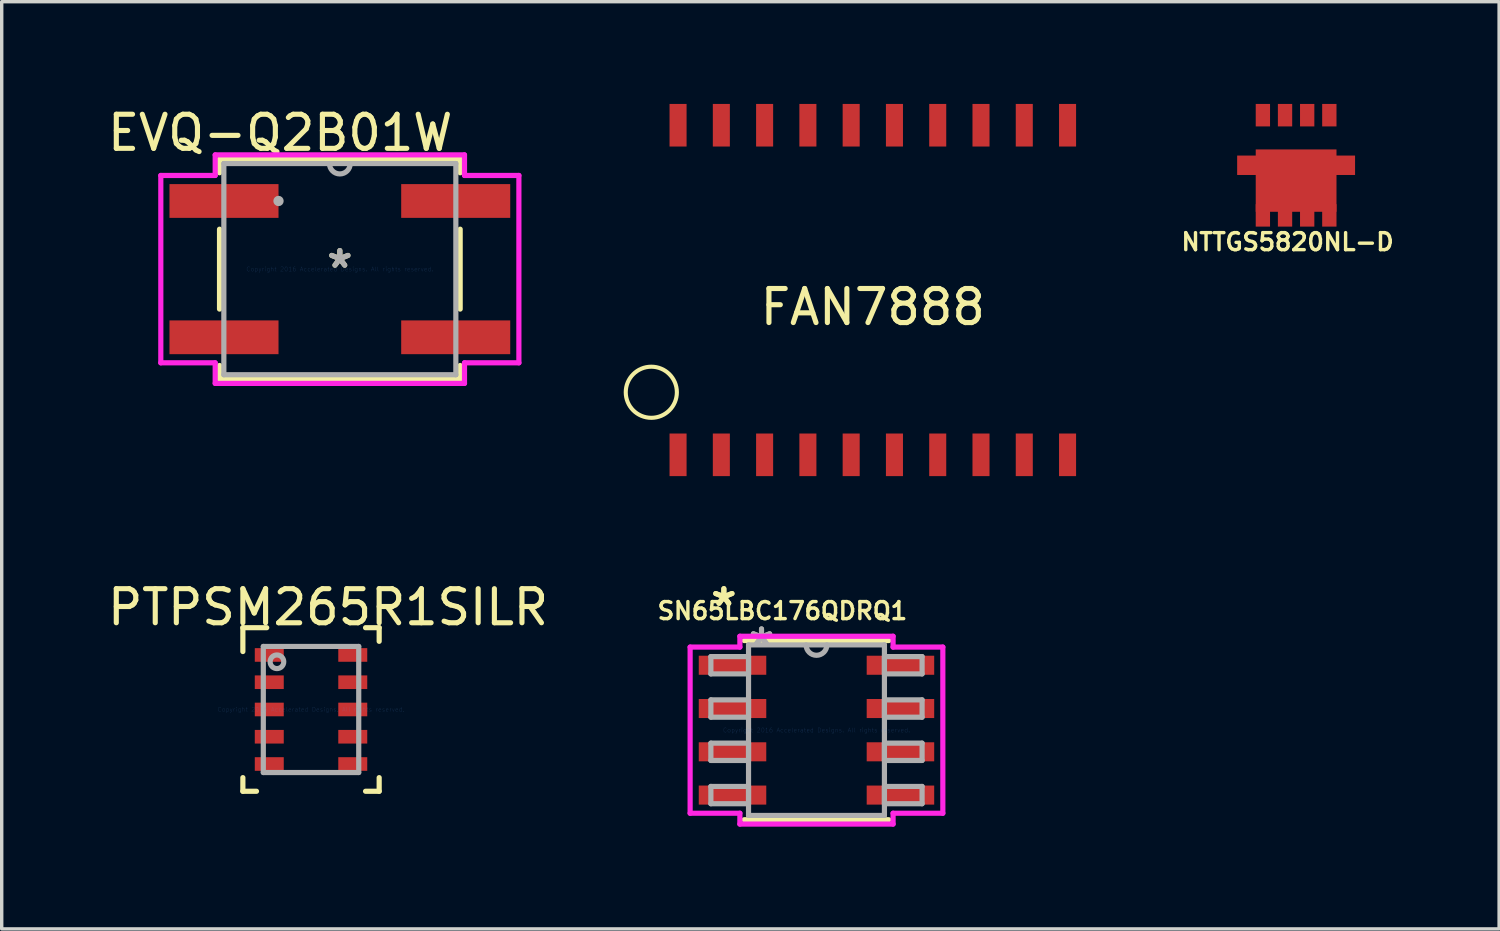
<source format=kicad_pcb>
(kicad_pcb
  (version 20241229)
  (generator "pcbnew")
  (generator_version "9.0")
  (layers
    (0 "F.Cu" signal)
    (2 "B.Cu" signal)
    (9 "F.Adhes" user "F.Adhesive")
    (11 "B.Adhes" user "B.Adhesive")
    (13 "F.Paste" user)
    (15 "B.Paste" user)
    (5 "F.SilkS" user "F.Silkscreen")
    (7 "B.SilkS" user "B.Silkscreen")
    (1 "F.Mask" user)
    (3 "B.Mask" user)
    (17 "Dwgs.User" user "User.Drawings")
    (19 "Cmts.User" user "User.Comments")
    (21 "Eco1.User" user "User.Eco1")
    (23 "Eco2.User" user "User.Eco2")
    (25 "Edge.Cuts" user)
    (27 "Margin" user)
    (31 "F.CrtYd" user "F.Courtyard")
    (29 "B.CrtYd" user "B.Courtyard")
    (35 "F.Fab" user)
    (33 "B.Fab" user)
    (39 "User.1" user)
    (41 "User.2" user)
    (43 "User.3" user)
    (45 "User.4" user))
  (footprint "EVQ-Q2B01W"
    (layer "F.Cu")
    (at 6.923 4.848)
    (property "Reference" "EVQ-Q2B01W" (at -1.75 -4 0) (layer "F.SilkS") (effects (font (size 1 1) (thickness 0.15))))
    (attr through_hole)
    (fp_line (start -3.531 -3.226) (end -3.531 -2.828) (stroke (width 0.152) (type solid)) (layer "F.SilkS"))
    (fp_line (start -3.531 -1.172) (end -3.531 1.172) (stroke (width 0.152) (type solid)) (layer "F.SilkS"))
    (fp_line (start -3.531 2.828) (end -3.531 3.226) (stroke (width 0.152) (type solid)) (layer "F.SilkS"))
    (fp_line (start -3.531 3.226) (end 3.531 3.226) (stroke (width 0.152) (type solid)) (layer "F.SilkS"))
    (fp_line (start 3.531 -3.226) (end -3.531 -3.226) (stroke (width 0.152) (type solid)) (layer "F.SilkS"))
    (fp_line (start 3.531 -2.828) (end 3.531 -3.226) (stroke (width 0.152) (type solid)) (layer "F.SilkS"))
    (fp_line (start 3.531 1.172) (end 3.531 -1.172) (stroke (width 0.152) (type solid)) (layer "F.SilkS"))
    (fp_line (start 3.531 3.226) (end 3.531 2.828) (stroke (width 0.152) (type solid)) (layer "F.SilkS"))
    (fp_line (start -5.254 -2.749) (end -3.658 -2.749) (stroke (width 0.152) (type solid)) (layer "F.CrtYd"))
    (fp_line (start -5.254 2.749) (end -5.254 -2.749) (stroke (width 0.152) (type solid)) (layer "F.CrtYd"))
    (fp_line (start -3.658 -3.353) (end 3.658 -3.353) (stroke (width 0.152) (type solid)) (layer "F.CrtYd"))
    (fp_line (start -3.658 -2.749) (end -3.658 -3.353) (stroke (width 0.152) (type solid)) (layer "F.CrtYd"))
    (fp_line (start -3.658 2.749) (end -5.254 2.749) (stroke (width 0.152) (type solid)) (layer "F.CrtYd"))
    (fp_line (start -3.658 3.353) (end -3.658 2.749) (stroke (width 0.152) (type solid)) (layer "F.CrtYd"))
    (fp_line (start 3.658 -3.353) (end 3.658 -2.749) (stroke (width 0.152) (type solid)) (layer "F.CrtYd"))
    (fp_line (start 3.658 -2.749) (end 5.254 -2.749) (stroke (width 0.152) (type solid)) (layer "F.CrtYd"))
    (fp_line (start 3.658 2.749) (end 3.658 3.353) (stroke (width 0.152) (type solid)) (layer "F.CrtYd"))
    (fp_line (start 3.658 3.353) (end -3.658 3.353) (stroke (width 0.152) (type solid)) (layer "F.CrtYd"))
    (fp_line (start 5.254 -2.749) (end 5.254 2.749) (stroke (width 0.152) (type solid)) (layer "F.CrtYd"))
    (fp_line (start 5.254 2.749) (end 3.658 2.749) (stroke (width 0.152) (type solid)) (layer "F.CrtYd"))
    (fp_line (start -3.404 -3.099) (end -3.404 3.099) (stroke (width 0.152) (type solid)) (layer "F.Fab"))
    (fp_line (start -3.404 3.099) (end 3.404 3.099) (stroke (width 0.152) (type solid)) (layer "F.Fab"))
    (fp_line (start 3.404 -3.099) (end -3.404 -3.099) (stroke (width 0.152) (type solid)) (layer "F.Fab"))
    (fp_line (start 3.404 3.099) (end 3.404 -3.099) (stroke (width 0.152) (type solid)) (layer "F.Fab"))
    (fp_arc (start 0.3048 -3.0988) (mid 0 -2.794) (end -0.3048 -3.0988) (stroke (width 0.1524) (type solid)) (layer "F.Fab"))
    (fp_circle (center -1.8 -2) (end -1.8 -2) (stroke (width 0.152) (type solid)) (fill no) (layer "F.Fab"))
    (fp_text user "*" (at 0 0 0) (layer "F.SilkS") (effects (font (size 1 1) (thickness 0.15))))
    (fp_text user "Copyright 2016 Accelerated Designs. All rights reserved." (at 0 0 0) (layer "Cmts.User") (effects (font (size 0.127 0.127) (thickness 0.002))))
    (fp_text user "*" (at 0 0 0) (layer "F.Fab") (effects (font (size 1 1) (thickness 0.15))))
    (pad "1" smd rect (at -3.4 -2) (size 3.2 0.991) (layers "F.Cu" "F.Mask" "F.Paste"))
    (pad "2" smd rect (at -3.4 2) (size 3.2 0.991) (layers "F.Cu" "F.Mask" "F.Paste"))
    (pad "3" smd rect (at 3.4 2) (size 3.2 0.991) (layers "F.Cu" "F.Mask" "F.Paste"))
    (pad "4" smd rect (at 3.4 -2) (size 3.2 0.991) (layers "F.Cu" "F.Mask" "F.Paste")))
  (footprint "FAN7888"
    (layer "F.Cu")
    (at 22.563 5.461)
    (property "Reference" "FAN7888" (at 0 0.5 0) (layer "F.SilkS") (effects (font (size 1 1) (thickness 0.15))))
    (attr through_hole)
    (fp_circle (center -6.5 3) (end -5.75 3) (stroke (width 0.12) (type solid)) (fill no) (layer "F.SilkS"))
    (pad "1" smd rect (at -5.715 4.836) (size 0.5 1.25) (layers "F.Cu" "F.Mask" "F.Paste"))
    (pad "2" smd rect (at -4.445 4.836) (size 0.5 1.25) (layers "F.Cu" "F.Mask" "F.Paste"))
    (pad "3" smd rect (at -3.175 4.836) (size 0.5 1.25) (layers "F.Cu" "F.Mask" "F.Paste"))
    (pad "4" smd rect (at -1.905 4.836) (size 0.5 1.25) (layers "F.Cu" "F.Mask" "F.Paste"))
    (pad "5" smd rect (at -0.635 4.836) (size 0.5 1.25) (layers "F.Cu" "F.Mask" "F.Paste"))
    (pad "6" smd rect (at 0.635 4.836) (size 0.5 1.25) (layers "F.Cu" "F.Mask" "F.Paste"))
    (pad "7" smd rect (at 1.905 4.836) (size 0.5 1.25) (layers "F.Cu" "F.Mask" "F.Paste"))
    (pad "8" smd rect (at 3.175 4.836) (size 0.5 1.25) (layers "F.Cu" "F.Mask" "F.Paste"))
    (pad "9" smd rect (at 4.445 4.836) (size 0.5 1.25) (layers "F.Cu" "F.Mask" "F.Paste"))
    (pad "10" smd rect (at 5.715 4.836) (size 0.5 1.25) (layers "F.Cu" "F.Mask" "F.Paste"))
    (pad "11" smd rect (at 5.715 -4.836) (size 0.5 1.25) (layers "F.Cu" "F.Mask" "F.Paste"))
    (pad "12" smd rect (at 4.445 -4.836) (size 0.5 1.25) (layers "F.Cu" "F.Mask" "F.Paste"))
    (pad "13" smd rect (at 3.175 -4.836) (size 0.5 1.25) (layers "F.Cu" "F.Mask" "F.Paste"))
    (pad "14" smd rect (at 1.905 -4.836) (size 0.5 1.25) (layers "F.Cu" "F.Mask" "F.Paste"))
    (pad "15" smd rect (at 0.635 -4.836) (size 0.5 1.25) (layers "F.Cu" "F.Mask" "F.Paste"))
    (pad "16" smd rect (at -0.635 -4.836) (size 0.5 1.25) (layers "F.Cu" "F.Mask" "F.Paste"))
    (pad "17" smd rect (at -1.905 -4.836) (size 0.5 1.25) (layers "F.Cu" "F.Mask" "F.Paste"))
    (pad "18" smd rect (at -3.175 -4.836) (size 0.5 1.25) (layers "F.Cu" "F.Mask" "F.Paste"))
    (pad "19" smd rect (at -4.445 -4.836) (size 0.5 1.25) (layers "F.Cu" "F.Mask" "F.Paste"))
    (pad "20" smd rect (at -5.715 -4.836) (size 0.5 1.25) (layers "F.Cu" "F.Mask" "F.Paste")))
  (footprint "PTPSM265R1SILR"
    (layer "F.Cu")
    (at 6.077 17.77)
    (property "Reference" "PTPSM265R1SILR" (at 0.5 -3 0) (layer "F.SilkS") (effects (font (size 1 1) (thickness 0.15))))
    (attr through_hole)
    (fp_line (start -2 -2.4) (end -1.3 -2.4) (stroke (width 0.152) (type solid)) (layer "F.SilkS"))
    (fp_line (start -2 -1.7) (end -2 -2.4) (stroke (width 0.152) (type solid)) (layer "F.SilkS"))
    (fp_line (start -2 2.4) (end -2 2) (stroke (width 0.152) (type solid)) (layer "F.SilkS"))
    (fp_line (start -2 2.4) (end -1.6 2.4) (stroke (width 0.152) (type solid)) (layer "F.SilkS"))
    (fp_line (start 1.6 -2.4) (end 2 -2.4) (stroke (width 0.152) (type solid)) (layer "F.SilkS"))
    (fp_line (start 1.6 2.4) (end 2 2.4) (stroke (width 0.152) (type solid)) (layer "F.SilkS"))
    (fp_line (start 2 -2) (end 2 -2.4) (stroke (width 0.152) (type solid)) (layer "F.SilkS"))
    (fp_line (start 2 2.4) (end 2 2) (stroke (width 0.152) (type solid)) (layer "F.SilkS"))
    (fp_line (start -1.4 -1.85) (end 1.4 -1.85) (stroke (width 0.152) (type solid)) (layer "F.Fab"))
    (fp_line (start -1.4 1.85) (end -1.4 -1.85) (stroke (width 0.152) (type solid)) (layer "F.Fab"))
    (fp_line (start -1.4 1.85) (end 1.4 1.85) (stroke (width 0.152) (type solid)) (layer "F.Fab"))
    (fp_line (start 1.4 1.85) (end 1.4 -1.85) (stroke (width 0.152) (type solid)) (layer "F.Fab"))
    (fp_circle (center -1 -1.4) (end -0.8 -1.4) (stroke (width 0.152) (type solid)) (fill no) (layer "F.Fab"))
    (fp_text user "Copyright 2016 Accelerated Designs. All rights reserved." (at 0 0 0) (layer "Cmts.User") (effects (font (size 0.127 0.127) (thickness 0.002))))
    (pad "1" smd rect (at -1.225 -1.6) (size 0.85 0.4) (layers "F.Cu" "F.Mask" "F.Paste"))
    (pad "2" smd rect (at -1.225 -0.8) (size 0.85 0.4) (layers "F.Cu" "F.Mask" "F.Paste"))
    (pad "3" smd rect (at -1.225 -0.000003) (size 0.85 0.4) (layers "F.Cu" "F.Mask" "F.Paste"))
    (pad "4" smd rect (at -1.225 0.8) (size 0.85 0.4) (layers "F.Cu" "F.Mask" "F.Paste"))
    (pad "5" smd rect (at -1.225 1.6) (size 0.85 0.4) (layers "F.Cu" "F.Mask" "F.Paste"))
    (pad "6" smd rect (at 1.225 1.6) (size 0.85 0.4) (layers "F.Cu" "F.Mask" "F.Paste"))
    (pad "7" smd rect (at 1.225 0.8) (size 0.85 0.4) (layers "F.Cu" "F.Mask" "F.Paste"))
    (pad "8" smd rect (at 1.225 0.000003) (size 0.85 0.4) (layers "F.Cu" "F.Mask" "F.Paste"))
    (pad "9" smd rect (at 1.225 -0.8) (size 0.85 0.4) (layers "F.Cu" "F.Mask" "F.Paste"))
    (pad "10" smd rect (at 1.225 -1.6) (size 0.85 0.4) (layers "F.Cu" "F.Mask" "F.Paste")))
  (footprint "NTTGS5820NL-D"
    (layer "F.Cu")
    (at 34.985 1.8)
    (property "Reference" "NTTGS5820NL-D" (at -0.25 2.25 0) (layer "F.SilkS") (effects (font (size 0.5 0.5) (thickness 0.1))))
    (attr through_hole)
    (pad "0" smd rect (at 0 0) (size 3.46 0.57) (layers "F.Cu" "F.Mask" "F.Paste"))
    (pad "1" smd rect (at -0.325 -1.47) (size 0.42 0.66) (layers "F.Cu" "F.Mask" "F.Paste"))
    (pad "1" smd rect (at 0.325 -1.47) (size 0.42 0.66) (layers "F.Cu" "F.Mask" "F.Paste"))
    (pad "1" smd rect (at 0.975 -1.47) (size 0.42 0.66) (layers "F.Cu" "F.Mask" "F.Paste"))
    (pad "2" smd rect (at -0.975 -1.47) (size 0.42 0.66) (layers "F.Cu" "F.Mask" "F.Paste"))
    (pad "3" smd rect (at -0.975 1.47) (size 0.42 0.66) (layers "F.Cu" "F.Mask" "F.Paste"))
    (pad "3" smd rect (at -0.325 1.47) (size 0.42 0.66) (layers "F.Cu" "F.Mask" "F.Paste"))
    (pad "3" smd rect (at 0 0.45) (size 2.37 1.83) (layers "F.Cu" "F.Mask" "F.Paste"))
    (pad "3" smd rect (at 0.325 1.47) (size 0.42 0.66) (layers "F.Cu" "F.Mask" "F.Paste"))
    (pad "3" smd rect (at 0.975 1.47) (size 0.42 0.66) (layers "F.Cu" "F.Mask" "F.Paste")))
  (footprint "SN65LBC176QDRQ1"
    (layer "F.Cu")
    (at 20.91 18.377)
    (property "Reference" "SN65LBC176QDRQ1" (at -1 -3.5 0) (layer "F.SilkS") (effects (font (size 0.5 0.5) (thickness 0.1))))
    (attr through_hole)
    (fp_line (start -2.121 2.629) (end 2.121 2.629) (stroke (width 0.152) (type solid)) (layer "F.SilkS"))
    (fp_line (start 2.121 -2.629) (end -2.121 -2.629) (stroke (width 0.152) (type solid)) (layer "F.SilkS"))
    (fp_line (start -3.708 -2.438) (end -2.248 -2.438) (stroke (width 0.152) (type solid)) (layer "F.CrtYd"))
    (fp_line (start -3.708 2.438) (end -3.708 -2.438) (stroke (width 0.152) (type solid)) (layer "F.CrtYd"))
    (fp_line (start -2.248 -2.756) (end 2.248 -2.756) (stroke (width 0.152) (type solid)) (layer "F.CrtYd"))
    (fp_line (start -2.248 -2.438) (end -2.248 -2.756) (stroke (width 0.152) (type solid)) (layer "F.CrtYd"))
    (fp_line (start -2.248 2.438) (end -3.708 2.438) (stroke (width 0.152) (type solid)) (layer "F.CrtYd"))
    (fp_line (start -2.248 2.756) (end -2.248 2.438) (stroke (width 0.152) (type solid)) (layer "F.CrtYd"))
    (fp_line (start 2.248 -2.756) (end 2.248 -2.438) (stroke (width 0.152) (type solid)) (layer "F.CrtYd"))
    (fp_line (start 2.248 -2.438) (end 3.708 -2.438) (stroke (width 0.152) (type solid)) (layer "F.CrtYd"))
    (fp_line (start 2.248 2.438) (end 2.248 2.756) (stroke (width 0.152) (type solid)) (layer "F.CrtYd"))
    (fp_line (start 2.248 2.756) (end -2.248 2.756) (stroke (width 0.152) (type solid)) (layer "F.CrtYd"))
    (fp_line (start 3.708 -2.438) (end 3.708 2.438) (stroke (width 0.152) (type solid)) (layer "F.CrtYd"))
    (fp_line (start 3.708 2.438) (end 2.248 2.438) (stroke (width 0.152) (type solid)) (layer "F.CrtYd"))
    (fp_line (start -3.099 -2.159) (end -3.099 -1.651) (stroke (width 0.152) (type solid)) (layer "F.Fab"))
    (fp_line (start -3.099 -1.651) (end -1.994 -1.651) (stroke (width 0.152) (type solid)) (layer "F.Fab"))
    (fp_line (start -3.099 -0.889) (end -3.099 -0.381) (stroke (width 0.152) (type solid)) (layer "F.Fab"))
    (fp_line (start -3.099 -0.381) (end -1.994 -0.381) (stroke (width 0.152) (type solid)) (layer "F.Fab"))
    (fp_line (start -3.099 0.381) (end -3.099 0.889) (stroke (width 0.152) (type solid)) (layer "F.Fab"))
    (fp_line (start -3.099 0.889) (end -1.994 0.889) (stroke (width 0.152) (type solid)) (layer "F.Fab"))
    (fp_line (start -3.099 1.651) (end -3.099 2.159) (stroke (width 0.152) (type solid)) (layer "F.Fab"))
    (fp_line (start -3.099 2.159) (end -1.994 2.159) (stroke (width 0.152) (type solid)) (layer "F.Fab"))
    (fp_line (start -1.994 -2.502) (end -1.994 2.502) (stroke (width 0.152) (type solid)) (layer "F.Fab"))
    (fp_line (start -1.994 -2.159) (end -3.099 -2.159) (stroke (width 0.152) (type solid)) (layer "F.Fab"))
    (fp_line (start -1.994 -1.651) (end -1.994 -2.159) (stroke (width 0.152) (type solid)) (layer "F.Fab"))
    (fp_line (start -1.994 -0.889) (end -3.099 -0.889) (stroke (width 0.152) (type solid)) (layer "F.Fab"))
    (fp_line (start -1.994 -0.381) (end -1.994 -0.889) (stroke (width 0.152) (type solid)) (layer "F.Fab"))
    (fp_line (start -1.994 0.381) (end -3.099 0.381) (stroke (width 0.152) (type solid)) (layer "F.Fab"))
    (fp_line (start -1.994 0.889) (end -1.994 0.381) (stroke (width 0.152) (type solid)) (layer "F.Fab"))
    (fp_line (start -1.994 1.651) (end -3.099 1.651) (stroke (width 0.152) (type solid)) (layer "F.Fab"))
    (fp_line (start -1.994 2.159) (end -1.994 1.651) (stroke (width 0.152) (type solid)) (layer "F.Fab"))
    (fp_line (start -1.994 2.502) (end 1.994 2.502) (stroke (width 0.152) (type solid)) (layer "F.Fab"))
    (fp_line (start 1.994 -2.502) (end -1.994 -2.502) (stroke (width 0.152) (type solid)) (layer "F.Fab"))
    (fp_line (start 1.994 -2.159) (end 1.994 -1.651) (stroke (width 0.152) (type solid)) (layer "F.Fab"))
    (fp_line (start 1.994 -1.651) (end 3.099 -1.651) (stroke (width 0.152) (type solid)) (layer "F.Fab"))
    (fp_line (start 1.994 -0.889) (end 1.994 -0.381) (stroke (width 0.152) (type solid)) (layer "F.Fab"))
    (fp_line (start 1.994 -0.381) (end 3.099 -0.381) (stroke (width 0.152) (type solid)) (layer "F.Fab"))
    (fp_line (start 1.994 0.381) (end 1.994 0.889) (stroke (width 0.152) (type solid)) (layer "F.Fab"))
    (fp_line (start 1.994 0.889) (end 3.099 0.889) (stroke (width 0.152) (type solid)) (layer "F.Fab"))
    (fp_line (start 1.994 1.651) (end 1.994 2.159) (stroke (width 0.152) (type solid)) (layer "F.Fab"))
    (fp_line (start 1.994 2.159) (end 3.099 2.159) (stroke (width 0.152) (type solid)) (layer "F.Fab"))
    (fp_line (start 1.994 2.502) (end 1.994 -2.502) (stroke (width 0.152) (type solid)) (layer "F.Fab"))
    (fp_line (start 3.099 -2.159) (end 1.994 -2.159) (stroke (width 0.152) (type solid)) (layer "F.Fab"))
    (fp_line (start 3.099 -1.651) (end 3.099 -2.159) (stroke (width 0.152) (type solid)) (layer "F.Fab"))
    (fp_line (start 3.099 -0.889) (end 1.994 -0.889) (stroke (width 0.152) (type solid)) (layer "F.Fab"))
    (fp_line (start 3.099 -0.381) (end 3.099 -0.889) (stroke (width 0.152) (type solid)) (layer "F.Fab"))
    (fp_line (start 3.099 0.381) (end 1.994 0.381) (stroke (width 0.152) (type solid)) (layer "F.Fab"))
    (fp_line (start 3.099 0.889) (end 3.099 0.381) (stroke (width 0.152) (type solid)) (layer "F.Fab"))
    (fp_line (start 3.099 1.651) (end 1.994 1.651) (stroke (width 0.152) (type solid)) (layer "F.Fab"))
    (fp_line (start 3.099 2.159) (end 3.099 1.651) (stroke (width 0.152) (type solid)) (layer "F.Fab"))
    (fp_arc (start 0.3048 -2.5019) (mid 0 -2.1971) (end -0.3048 -2.5019) (stroke (width 0.1524) (type solid)) (layer "F.Fab"))
    (fp_text user "*" (at -2.718 -3.607 0) (layer "F.SilkS") (effects (font (size 1 1) (thickness 0.15))))
    (fp_text user "*" (at -2.718 -3.607 0) (layer "F.SilkS") (effects (font (size 1 1) (thickness 0.15))))
    (fp_text user "Copyright 2016 Accelerated Designs. All rights reserved." (at 0 0 0) (layer "Cmts.User") (effects (font (size 0.127 0.127) (thickness 0.002))))
    (fp_text user "*" (at -1.613 -2.426 0) (layer "F.Fab") (effects (font (size 1 1) (thickness 0.15))))
    (fp_text user "*" (at -1.613 -2.426 0) (layer "F.Fab") (effects (font (size 1 1) (thickness 0.15))))
    (pad "1" smd rect (at -2.464 -1.905) (size 1.981 0.559) (layers "F.Cu" "F.Mask" "F.Paste"))
    (pad "2" smd rect (at -2.464 -0.635) (size 1.981 0.559) (layers "F.Cu" "F.Mask" "F.Paste"))
    (pad "3" smd rect (at -2.464 0.635) (size 1.981 0.559) (layers "F.Cu" "F.Mask" "F.Paste"))
    (pad "4" smd rect (at -2.464 1.905) (size 1.981 0.559) (layers "F.Cu" "F.Mask" "F.Paste"))
    (pad "5" smd rect (at 2.464 1.905) (size 1.981 0.559) (layers "F.Cu" "F.Mask" "F.Paste"))
    (pad "6" smd rect (at 2.464 0.635) (size 1.981 0.559) (layers "F.Cu" "F.Mask" "F.Paste"))
    (pad "7" smd rect (at 2.464 -0.635) (size 1.981 0.559) (layers "F.Cu" "F.Mask" "F.Paste"))
    (pad "8" smd rect (at 2.464 -1.905) (size 1.981 0.559) (layers "F.Cu" "F.Mask" "F.Paste")))
  (gr_rect
    (start -3 -3)
    (end 40.942 24.209)
    (stroke (width 0.1) (type default))
    (fill no)
    (layer "Edge.Cuts")))
</source>
